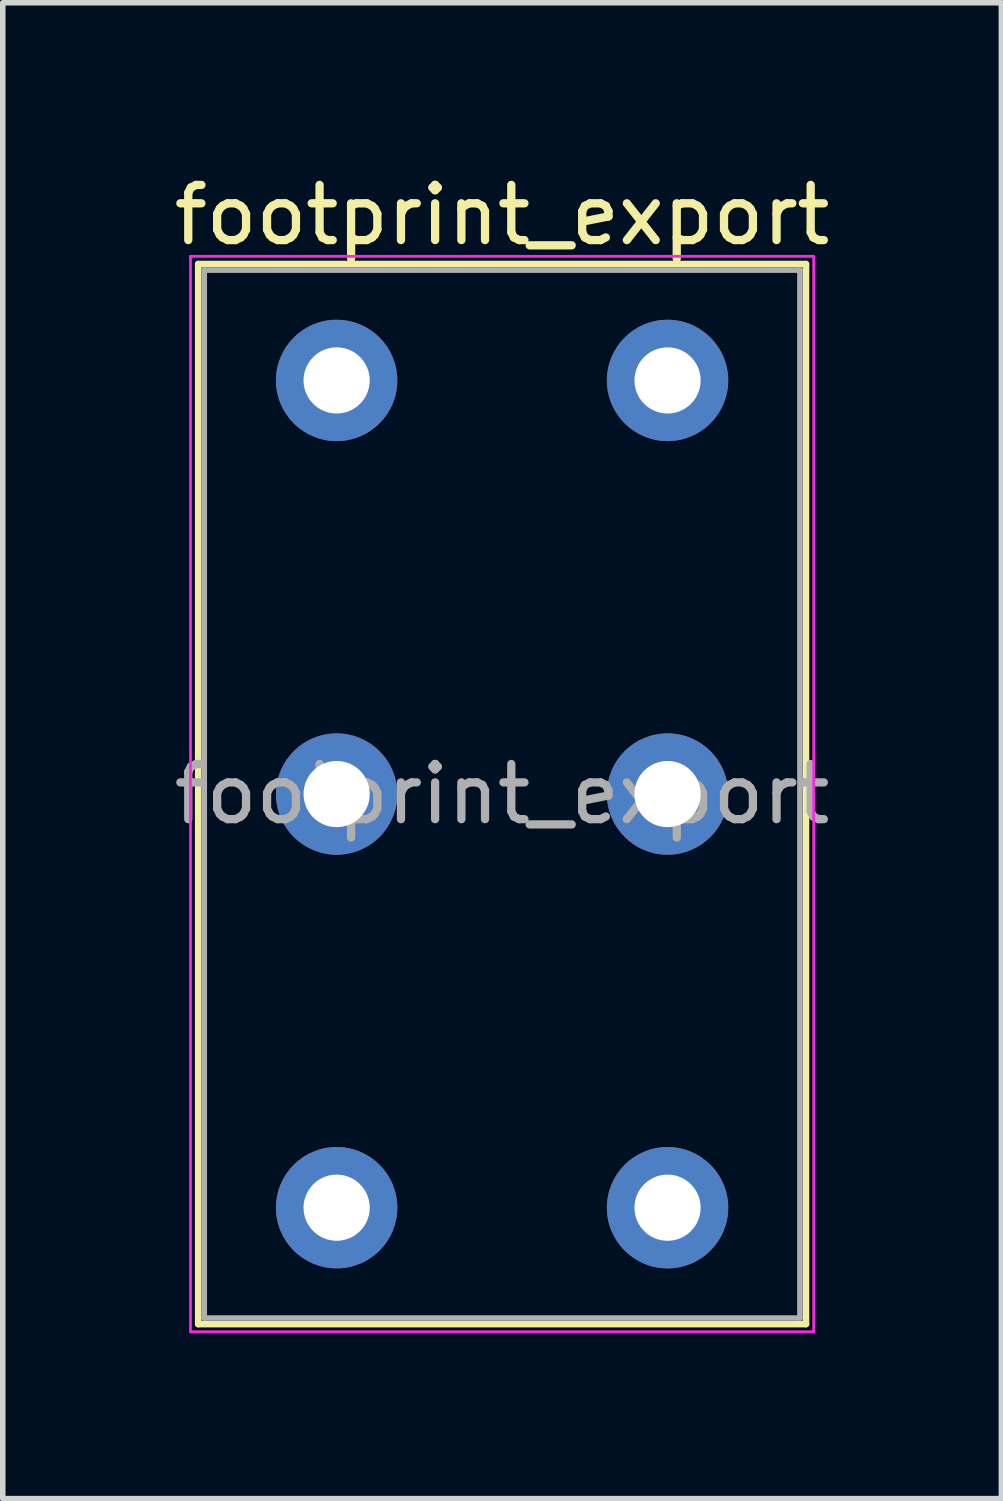
<source format=kicad_pcb>
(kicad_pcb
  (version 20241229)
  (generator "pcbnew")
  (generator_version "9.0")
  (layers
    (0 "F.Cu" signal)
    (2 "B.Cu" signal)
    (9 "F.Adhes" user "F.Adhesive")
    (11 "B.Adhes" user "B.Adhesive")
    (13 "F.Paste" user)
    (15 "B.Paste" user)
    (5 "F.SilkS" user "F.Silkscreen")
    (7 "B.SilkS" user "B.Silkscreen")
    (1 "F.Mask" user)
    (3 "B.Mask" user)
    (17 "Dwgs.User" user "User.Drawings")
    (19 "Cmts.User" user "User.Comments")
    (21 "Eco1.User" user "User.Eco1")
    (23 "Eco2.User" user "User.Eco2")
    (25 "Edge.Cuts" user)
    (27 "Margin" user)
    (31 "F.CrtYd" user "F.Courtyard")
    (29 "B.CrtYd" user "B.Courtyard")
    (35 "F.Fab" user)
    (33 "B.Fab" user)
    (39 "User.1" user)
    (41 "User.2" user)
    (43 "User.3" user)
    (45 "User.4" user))
  (footprint "footprint_export"
    (layer "F.Cu")
    (at 3.054 3.848)
    (property "Reference" "footprint_export" (at 3 -3 0) (layer "F.SilkS") (effects (font (size 1 1) (thickness 0.15))))
    (attr through_hole)
    (fp_line (start -2.51 -2.11) (end -2.51 17.11) (stroke (width 0.12) (type solid)) (layer "F.SilkS"))
    (fp_line (start -2.51 -2.11) (end 8.51 -2.11) (stroke (width 0.12) (type solid)) (layer "F.SilkS"))
    (fp_line (start -2.51 17.11) (end 8.51 17.11) (stroke (width 0.12) (type solid)) (layer "F.SilkS"))
    (fp_line (start 8.51 -2.11) (end 8.51 17.11) (stroke (width 0.12) (type solid)) (layer "F.SilkS"))
    (fp_line (start -2.65 -2.25) (end -2.65 17.25) (stroke (width 0.05) (type solid)) (layer "F.CrtYd"))
    (fp_line (start -2.65 -2.25) (end 8.65 -2.25) (stroke (width 0.05) (type solid)) (layer "F.CrtYd"))
    (fp_line (start -2.65 17.25) (end 8.65 17.25) (stroke (width 0.05) (type solid)) (layer "F.CrtYd"))
    (fp_line (start 8.65 -2.25) (end 8.65 17.25) (stroke (width 0.05) (type solid)) (layer "F.CrtYd"))
    (fp_line (start -2.4 -2) (end -2.4 17) (stroke (width 0.1) (type solid)) (layer "F.Fab"))
    (fp_line (start -2.4 -2) (end 8.4 -2) (stroke (width 0.1) (type solid)) (layer "F.Fab"))
    (fp_line (start -2.4 17) (end 8.4 17) (stroke (width 0.1) (type solid)) (layer "F.Fab"))
    (fp_line (start 8.4 -2) (end 8.4 17) (stroke (width 0.1) (type solid)) (layer "F.Fab"))
    (fp_text user "${REFERENCE}" (at 3 7.5 0) (layer "F.Fab") (effects (font (size 1 1) (thickness 0.15))))
    (pad "1" thru_hole circle (at 0 0) (size 2.2 2.2) (drill 1.2) (layers "*.Cu" "*.Mask"))
    (pad "2" thru_hole circle (at 6 15) (size 2.2 2.2) (drill 1.2) (layers "*.Cu" "*.Mask"))
    (pad "3" thru_hole circle (at 0 15) (size 2.2 2.2) (drill 1.2) (layers "*.Cu" "*.Mask"))
    (pad "4" thru_hole circle (at 6 0) (size 2.2 2.2) (drill 1.2) (layers "*.Cu" "*.Mask"))
    (pad "5" thru_hole circle (at 0 7.5) (size 2.2 2.2) (drill 1.2) (layers "*.Cu" "*.Mask"))
    (pad "6" thru_hole circle (at 6 7.5) (size 2.2 2.2) (drill 1.2) (layers "*.Cu" "*.Mask")))
  (gr_rect
    (start -3 -3)
    (end 15.107 24.123)
    (stroke (width 0.1) (type default))
    (fill no)
    (layer "Edge.Cuts")))
</source>
